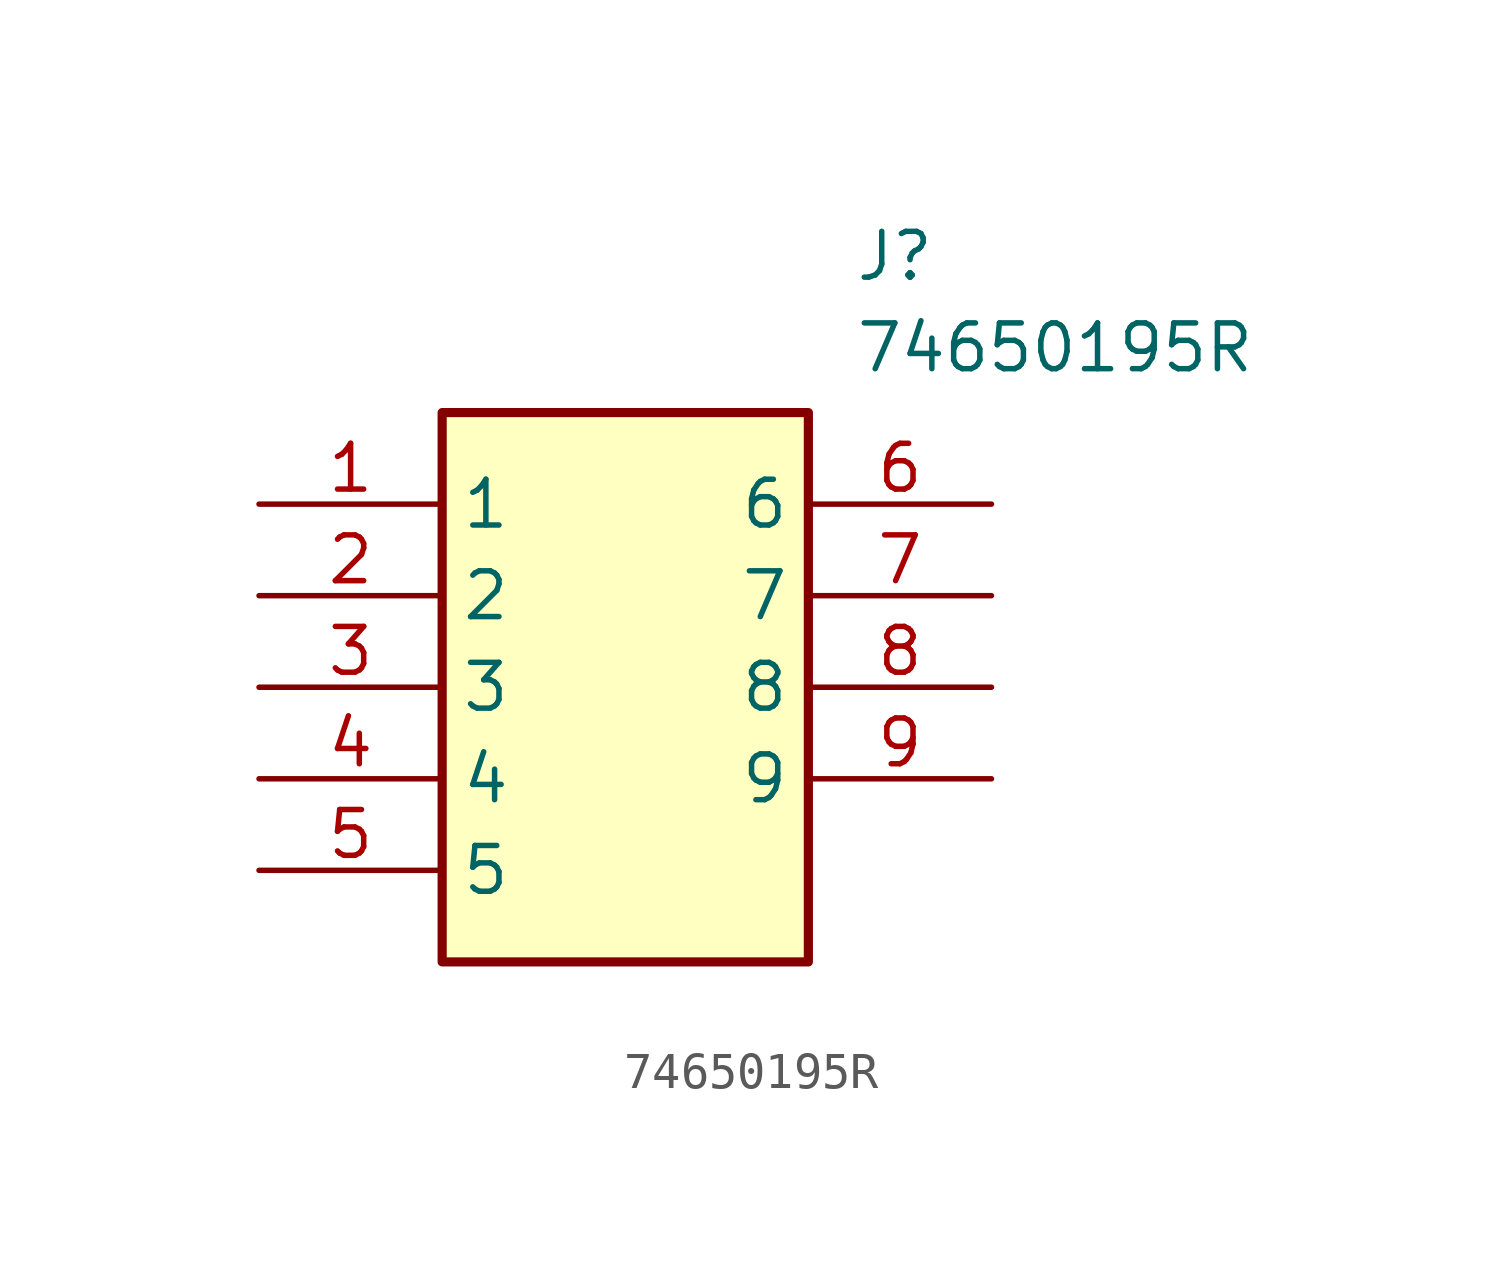
<source format=kicad_sym>
(kicad_symbol_lib
  (version 20211014)
  (generator SamacSys_ECAD_Model)
  (symbol "74650195R"
    (property "Reference" "J"
      (at 16.51 7.62 0)
      (effects (font (size 1.27 1.27)) (justify left top)))
    (property "Value" "74650195R"
      (at 16.51 5.08 0)
      (effects (font (size 1.27 1.27)) (justify left top)))
    (rectangle
      (start 5.08 2.54)
      (end 15.24 -12.7)
      (stroke (width 0.254) (type default))
      (fill (type background)))
    (pin passive line
      (at 0 0 0)
      (length 5.08)
      (name "1" (effects (font (size 1.27 1.27))))
      (number "1" (effects (font (size 1.27 1.27)))))
    (pin passive line
      (at 0 -2.54 0)
      (length 5.08)
      (name "2" (effects (font (size 1.27 1.27))))
      (number "2" (effects (font (size 1.27 1.27)))))
    (pin passive line
      (at 0 -5.08 0)
      (length 5.08)
      (name "3" (effects (font (size 1.27 1.27))))
      (number "3" (effects (font (size 1.27 1.27)))))
    (pin passive line
      (at 0 -7.62 0)
      (length 5.08)
      (name "4" (effects (font (size 1.27 1.27))))
      (number "4" (effects (font (size 1.27 1.27)))))
    (pin passive line
      (at 0 -10.16 0)
      (length 5.08)
      (name "5" (effects (font (size 1.27 1.27))))
      (number "5" (effects (font (size 1.27 1.27)))))
    (pin passive line
      (at 20.32 0 180)
      (length 5.08)
      (name "6" (effects (font (size 1.27 1.27))))
      (number "6" (effects (font (size 1.27 1.27)))))
    (pin passive line
      (at 20.32 -2.54 180)
      (length 5.08)
      (name "7" (effects (font (size 1.27 1.27))))
      (number "7" (effects (font (size 1.27 1.27)))))
    (pin passive line
      (at 20.32 -5.08 180)
      (length 5.08)
      (name "8" (effects (font (size 1.27 1.27))))
      (number "8" (effects (font (size 1.27 1.27)))))
    (pin passive line
      (at 20.32 -7.62 180)
      (length 5.08)
      (name "9" (effects (font (size 1.27 1.27))))
      (number "9" (effects (font (size 1.27 1.27)))))))
</source>
